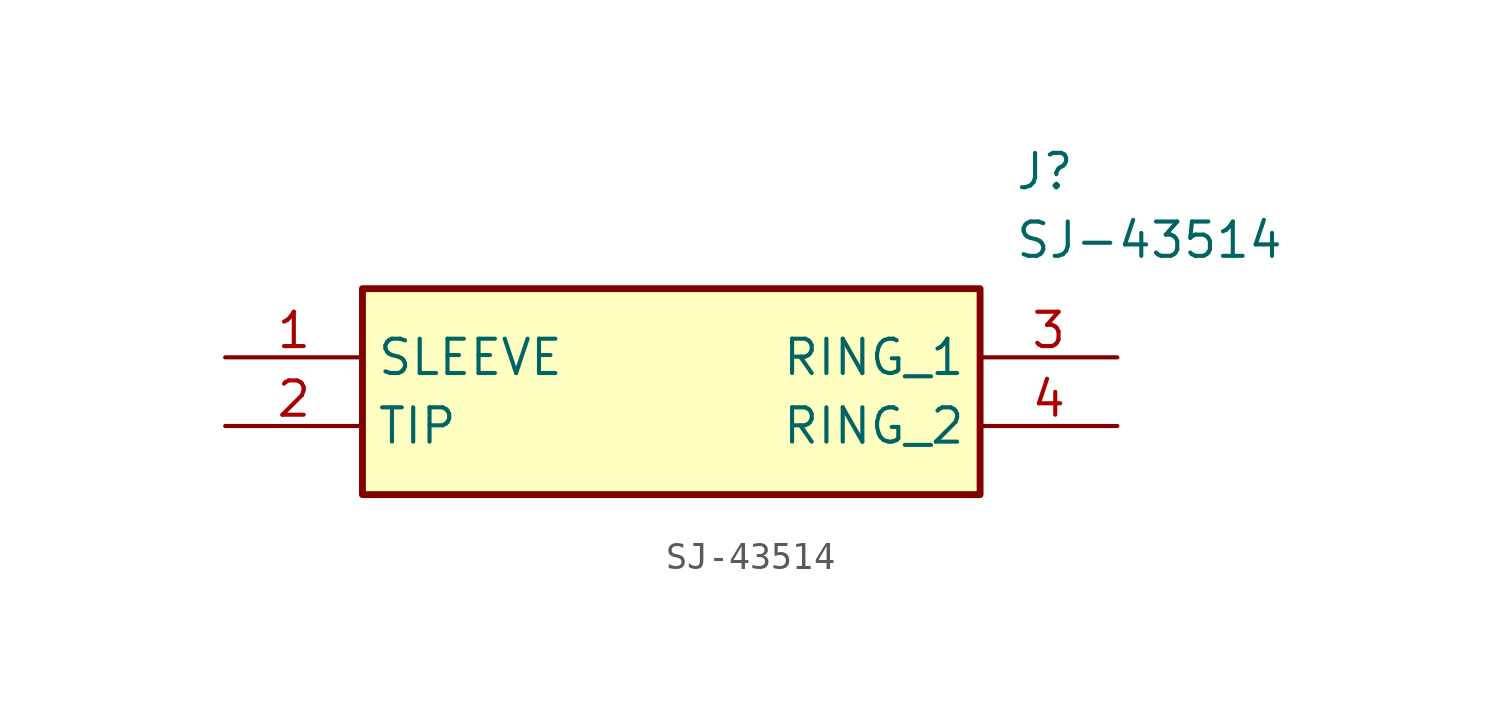
<source format=kicad_sym>
(kicad_symbol_lib
  (version 20211014)
  (generator SamacSys_ECAD_Model)
  (symbol "SJ-43514"
    (property "Reference" "J"
      (at 29.21 7.62 0)
      (effects (font (size 1.27 1.27)) (justify left top)))
    (property "Value" "SJ-43514"
      (at 29.21 5.08 0)
      (effects (font (size 1.27 1.27)) (justify left top)))
    (rectangle
      (start 5.08 2.54)
      (end 27.94 -5.08)
      (stroke (width 0.254) (type default))
      (fill (type background)))
    (pin passive line
      (at 0 0 0)
      (length 5.08)
      (name "SLEEVE" (effects (font (size 1.27 1.27))))
      (number "1" (effects (font (size 1.27 1.27)))))
    (pin passive line
      (at 0 -2.54 0)
      (length 5.08)
      (name "TIP" (effects (font (size 1.27 1.27))))
      (number "2" (effects (font (size 1.27 1.27)))))
    (pin passive line
      (at 33.02 0 180)
      (length 5.08)
      (name "RING_1" (effects (font (size 1.27 1.27))))
      (number "3" (effects (font (size 1.27 1.27)))))
    (pin passive line
      (at 33.02 -2.54 180)
      (length 5.08)
      (name "RING_2" (effects (font (size 1.27 1.27))))
      (number "4" (effects (font (size 1.27 1.27)))))))
</source>
